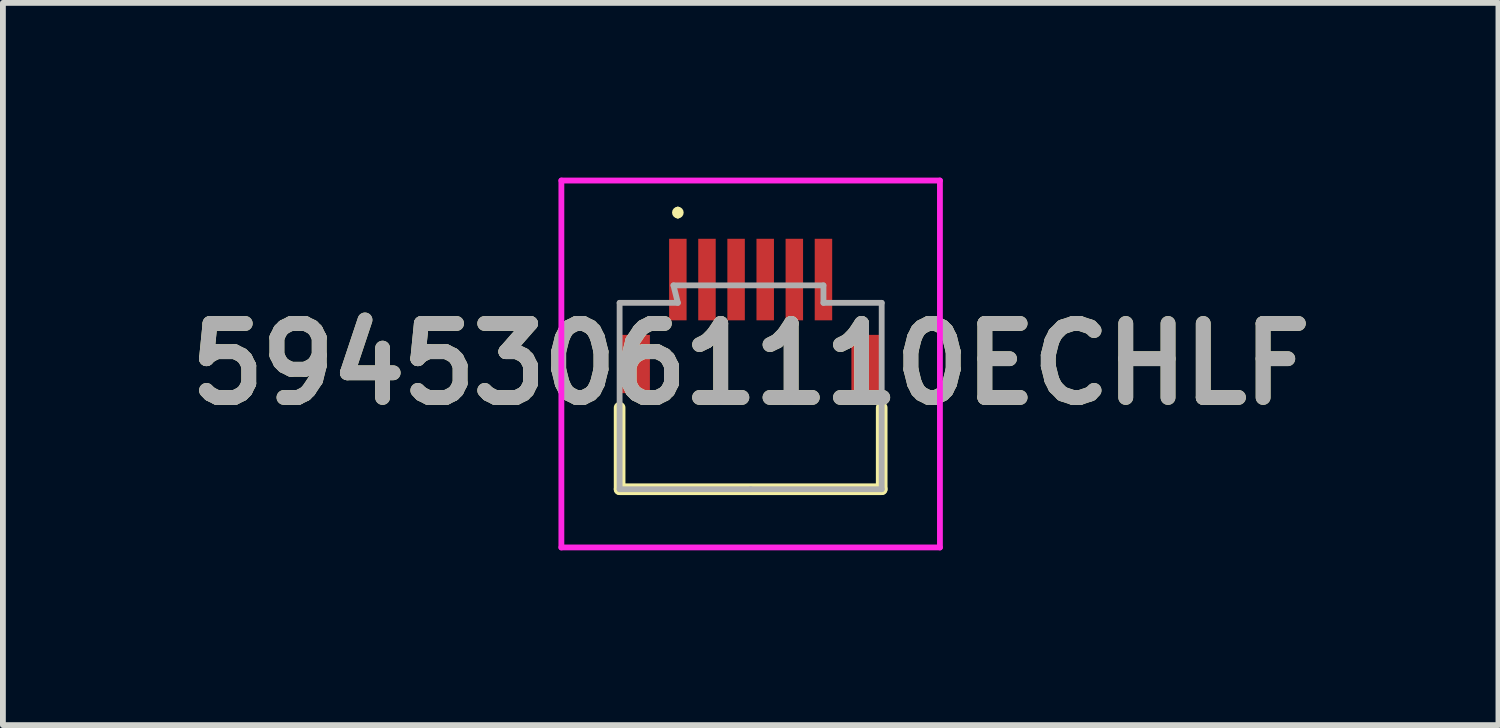
<source format=kicad_pcb>
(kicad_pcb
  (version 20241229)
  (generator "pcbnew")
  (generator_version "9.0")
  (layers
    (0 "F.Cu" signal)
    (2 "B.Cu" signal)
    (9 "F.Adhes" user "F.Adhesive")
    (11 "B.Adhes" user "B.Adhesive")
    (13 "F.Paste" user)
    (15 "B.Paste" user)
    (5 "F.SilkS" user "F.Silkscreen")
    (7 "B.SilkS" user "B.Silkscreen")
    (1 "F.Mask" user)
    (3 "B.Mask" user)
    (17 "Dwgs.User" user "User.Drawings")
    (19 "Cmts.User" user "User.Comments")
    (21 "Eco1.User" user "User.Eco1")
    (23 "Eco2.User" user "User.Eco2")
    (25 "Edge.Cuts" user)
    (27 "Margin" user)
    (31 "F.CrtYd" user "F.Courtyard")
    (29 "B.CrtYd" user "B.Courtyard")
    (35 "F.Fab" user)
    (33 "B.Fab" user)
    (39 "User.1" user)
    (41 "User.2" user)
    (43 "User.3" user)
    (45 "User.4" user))
  (footprint "59453061110ECHLF"
    (layer "F.Cu")
    (at 9.839 3.55)
    (property "Reference" "59453061110ECHLF" (at 0 -0.35 0) (layer "F.SilkS") (effects (font (size 1.27 1.27) (thickness 0.254))))
    (attr smd)
    (fp_line (start -2.25 0.4) (end -2.25 1.8) (stroke (width 0.2) (type solid)) (layer "F.SilkS"))
    (fp_line (start -2.25 1.8) (end 2.25 1.8) (stroke (width 0.2) (type solid)) (layer "F.SilkS"))
    (fp_line (start -1.25 -3) (end -1.25 -3) (stroke (width 0.1) (type solid)) (layer "F.SilkS"))
    (fp_line (start -1.25 -2.9) (end -1.25 -2.9) (stroke (width 0.1) (type solid)) (layer "F.SilkS"))
    (fp_line (start 2.25 1.8) (end 2.25 0.4) (stroke (width 0.2) (type solid)) (layer "F.SilkS"))
    (fp_arc (start -1.25 -3) (mid -1.2 -2.95) (end -1.25 -2.9) (stroke (width 0.1) (type solid)) (layer "F.SilkS"))
    (fp_arc (start -1.25 -2.9) (mid -1.3 -2.95) (end -1.25 -3) (stroke (width 0.1) (type solid)) (layer "F.SilkS"))
    (fp_line (start -3.25 -3.5) (end 3.25 -3.5) (stroke (width 0.1) (type solid)) (layer "F.CrtYd"))
    (fp_line (start -3.25 2.8) (end -3.25 -3.5) (stroke (width 0.1) (type solid)) (layer "F.CrtYd"))
    (fp_line (start 3.25 -3.5) (end 3.25 2.8) (stroke (width 0.1) (type solid)) (layer "F.CrtYd"))
    (fp_line (start 3.25 2.8) (end -3.25 2.8) (stroke (width 0.1) (type solid)) (layer "F.CrtYd"))
    (fp_line (start -2.25 -1.4) (end -2.25 1.8) (stroke (width 0.1) (type solid)) (layer "F.Fab"))
    (fp_line (start -2.25 1.8) (end 0 1.8) (stroke (width 0.1) (type solid)) (layer "F.Fab"))
    (fp_line (start -1.325 -1.7) (end -1.25 -1.4) (stroke (width 0.1) (type solid)) (layer "F.Fab"))
    (fp_line (start -1.25 -1.4) (end -2.25 -1.4) (stroke (width 0.1) (type solid)) (layer "F.Fab"))
    (fp_line (start 0 1.8) (end 2.25 1.8) (stroke (width 0.1) (type solid)) (layer "F.Fab"))
    (fp_line (start 1.25 -1.7) (end -1.325 -1.7) (stroke (width 0.1) (type solid)) (layer "F.Fab"))
    (fp_line (start 1.25 -1.4) (end 1.25 -1.7) (stroke (width 0.1) (type solid)) (layer "F.Fab"))
    (fp_line (start 2.25 -1.4) (end 1.25 -1.4) (stroke (width 0.1) (type solid)) (layer "F.Fab"))
    (fp_line (start 2.25 1.8) (end 2.25 -1.4) (stroke (width 0.1) (type solid)) (layer "F.Fab"))
    (fp_text user "${REFERENCE}" (at 0 -0.35 0) (layer "F.Fab") (effects (font (size 1.27 1.27) (thickness 0.254))))
    (pad "1" smd rect (at -1.25 -1.8) (size 0.3 1.4) (layers "F.Cu" "F.Mask" "F.Paste"))
    (pad "2" smd rect (at -0.75 -1.8) (size 0.3 1.4) (layers "F.Cu" "F.Mask" "F.Paste"))
    (pad "3" smd rect (at -0.25 -1.8) (size 0.3 1.4) (layers "F.Cu" "F.Mask" "F.Paste"))
    (pad "4" smd rect (at 0.25 -1.8) (size 0.3 1.4) (layers "F.Cu" "F.Mask" "F.Paste"))
    (pad "5" smd rect (at 0.75 -1.8) (size 0.3 1.4) (layers "F.Cu" "F.Mask" "F.Paste"))
    (pad "6" smd rect (at 1.25 -1.8) (size 0.3 1.4) (layers "F.Cu" "F.Mask" "F.Paste"))
    (pad "7" smd rect (at -1.99 -0.35) (size 0.52 1) (layers "F.Cu" "F.Mask" "F.Paste"))
    (pad "8" smd rect (at 1.99 -0.35) (size 0.52 1) (layers "F.Cu" "F.Mask" "F.Paste")))
  (gr_rect
    (start -3 -3)
    (end 22.679 9.4)
    (stroke (width 0.1) (type default))
    (fill no)
    (layer "Edge.Cuts")))
</source>
